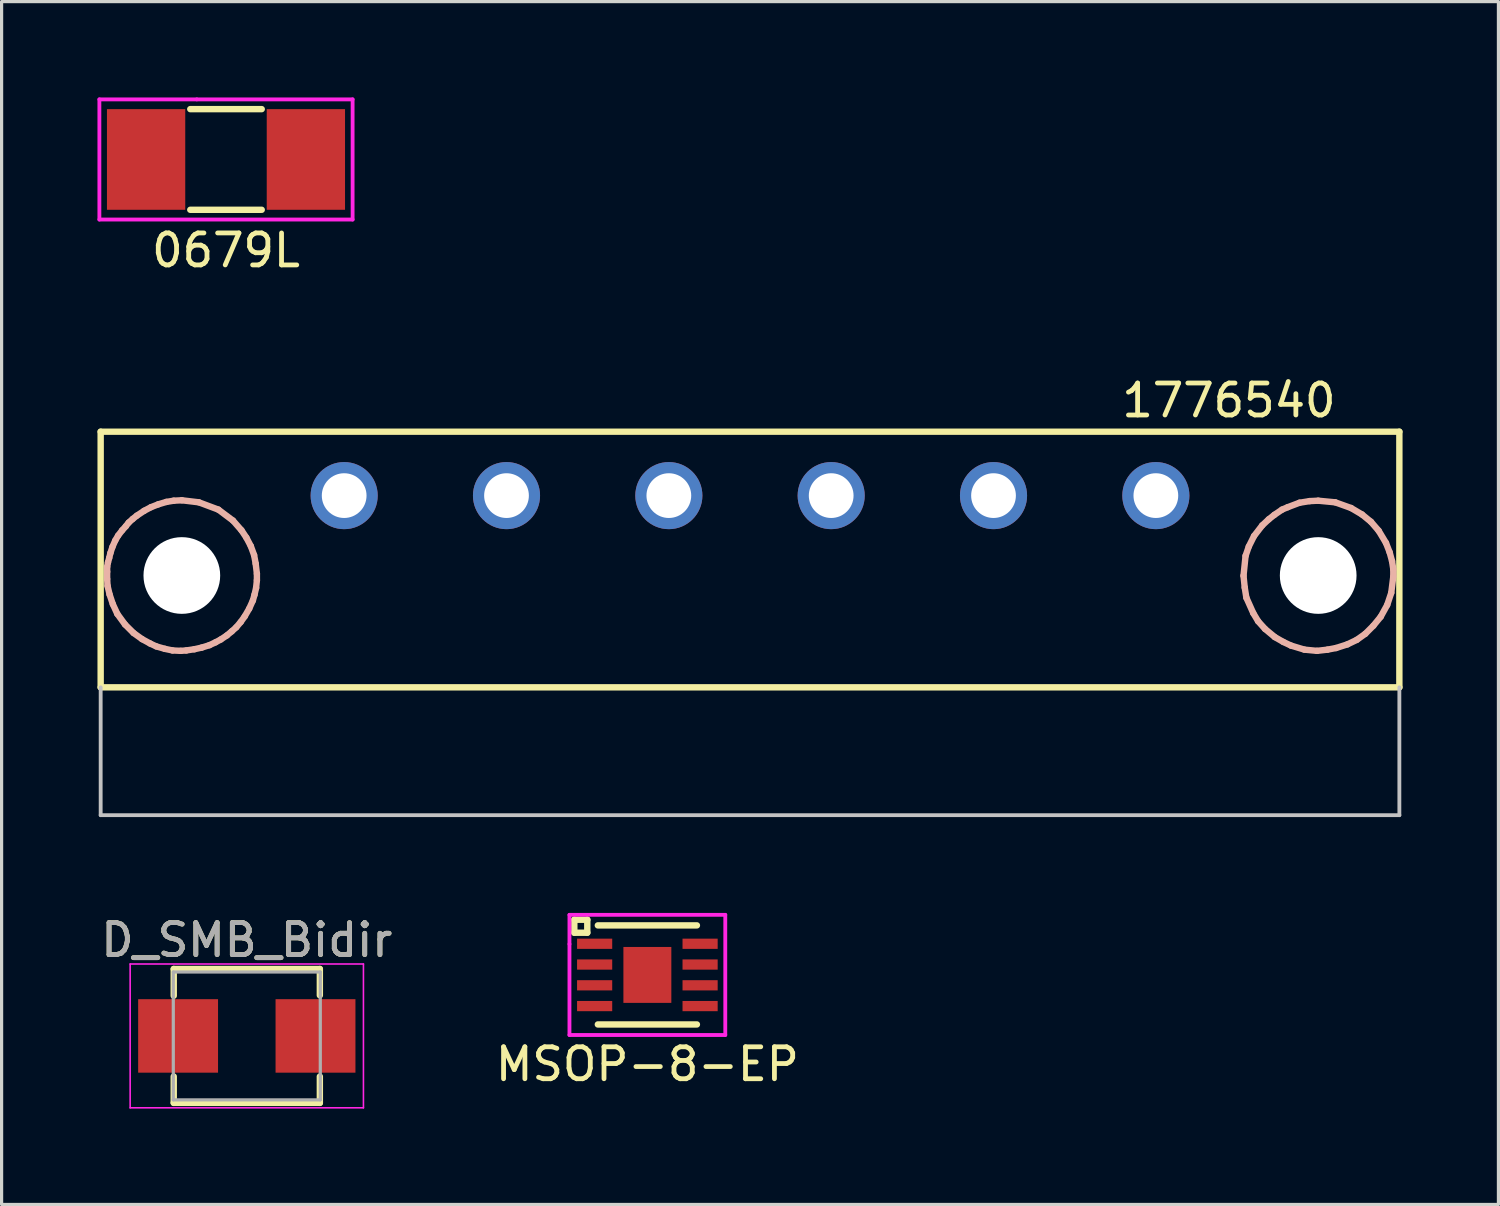
<source format=kicad_pcb>
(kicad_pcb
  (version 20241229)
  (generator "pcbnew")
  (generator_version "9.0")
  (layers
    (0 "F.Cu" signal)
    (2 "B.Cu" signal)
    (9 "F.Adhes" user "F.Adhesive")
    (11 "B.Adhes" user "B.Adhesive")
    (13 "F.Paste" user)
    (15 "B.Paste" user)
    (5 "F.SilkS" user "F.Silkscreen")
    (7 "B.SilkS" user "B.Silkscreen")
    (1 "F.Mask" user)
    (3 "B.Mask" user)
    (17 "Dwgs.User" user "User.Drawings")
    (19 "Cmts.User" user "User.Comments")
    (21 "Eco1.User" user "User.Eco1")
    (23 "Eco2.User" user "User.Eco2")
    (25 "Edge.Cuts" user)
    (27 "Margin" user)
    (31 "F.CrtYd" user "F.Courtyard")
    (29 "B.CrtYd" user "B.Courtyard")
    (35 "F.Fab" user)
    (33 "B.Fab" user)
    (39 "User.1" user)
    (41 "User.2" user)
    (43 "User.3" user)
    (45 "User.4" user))
  (footprint "MSOP-8-EP"
    (layer "F.Cu")
    (at 17.208 27.458)
    (property "Reference" "MSOP-8-EP" (at 0 2.794 0) (layer "F.SilkS") (effects (font (size 1 1) (thickness 0.15))))
    (attr through_hole)
    (fp_line (start -2.286 -1.727) (end -1.88 -1.727) (stroke (width 0.2) (type solid)) (layer "F.SilkS"))
    (fp_line (start -2.286 -1.321) (end -2.286 -1.727) (stroke (width 0.2) (type solid)) (layer "F.SilkS"))
    (fp_line (start -1.88 -1.727) (end -1.88 -1.321) (stroke (width 0.2) (type solid)) (layer "F.SilkS"))
    (fp_line (start -1.88 -1.321) (end -2.286 -1.321) (stroke (width 0.2) (type solid)) (layer "F.SilkS"))
    (fp_line (start -1.55 -1.55) (end 1.55 -1.55) (stroke (width 0.2) (type solid)) (layer "F.SilkS"))
    (fp_line (start -1.55 1.55) (end 1.55 1.55) (stroke (width 0.2) (type solid)) (layer "F.SilkS"))
    (fp_line (start -2.438 -1.88) (end 2.438 -1.88) (stroke (width 0.12) (type solid)) (layer "F.CrtYd"))
    (fp_line (start -2.438 -0.965) (end -2.438 -1.88) (stroke (width 0.12) (type solid)) (layer "F.CrtYd"))
    (fp_line (start -2.438 1.88) (end -2.438 -0.965) (stroke (width 0.12) (type solid)) (layer "F.CrtYd"))
    (fp_line (start 2.438 -1.88) (end 2.438 1.88) (stroke (width 0.12) (type solid)) (layer "F.CrtYd"))
    (fp_line (start 2.438 1.88) (end -2.438 1.88) (stroke (width 0.12) (type solid)) (layer "F.CrtYd"))
    (pad "1" smd rect (at -1.65 -0.975) (size 1.1 0.32) (layers "F.Cu" "F.Mask" "F.Paste"))
    (pad "2" smd rect (at -1.65 -0.325) (size 1.1 0.32) (layers "F.Cu" "F.Mask" "F.Paste"))
    (pad "3" smd rect (at -1.65 0.325) (size 1.1 0.32) (layers "F.Cu" "F.Mask" "F.Paste"))
    (pad "4" smd rect (at -1.65 0.975) (size 1.1 0.32) (layers "F.Cu" "F.Mask" "F.Paste"))
    (pad "5" smd rect (at 1.65 0.975) (size 1.1 0.32) (layers "F.Cu" "F.Mask" "F.Paste"))
    (pad "6" smd rect (at 1.65 0.325) (size 1.1 0.32) (layers "F.Cu" "F.Mask" "F.Paste"))
    (pad "7" smd rect (at 1.65 -0.325) (size 1.1 0.32) (layers "F.Cu" "F.Mask" "F.Paste"))
    (pad "8" smd rect (at 1.65 -0.975) (size 1.1 0.32) (layers "F.Cu" "F.Mask" "F.Paste"))
    (pad "9" smd rect (at 0 0) (size 1.5 1.75) (layers "F.Cu" "F.Mask" "F.Paste")))
  (footprint "1776540"
    (layer "F.Cu")
    (at 20.42 10.459)
    (property "Reference" "1776540" (at 14.986 -0.978 0) (layer "F.SilkS") (effects (font (size 1 1) (thickness 0.15))))
    (attr through_hole)
    (fp_line (start -20.32 0) (end -20.32 8) (stroke (width 0.2) (type solid)) (layer "F.SilkS"))
    (fp_line (start -20.32 0) (end 20.32 0) (stroke (width 0.2) (type solid)) (layer "F.SilkS"))
    (fp_line (start -20.32 8) (end 20.32 8) (stroke (width 0.2) (type solid)) (layer "F.SilkS"))
    (fp_line (start 20.32 0) (end 20.32 8) (stroke (width 0.2) (type solid)) (layer "F.SilkS"))
    (fp_line (start -20.117 4.229) (end -20.091 4.089) (stroke (width 0.2) (type solid)) (layer "B.SilkS"))
    (fp_line (start -20.117 4.381) (end -20.117 4.229) (stroke (width 0.2) (type solid)) (layer "B.SilkS"))
    (fp_line (start -20.117 4.61) (end -20.117 4.381) (stroke (width 0.2) (type solid)) (layer "B.SilkS"))
    (fp_line (start -20.104 4.826) (end -20.117 4.61) (stroke (width 0.2) (type solid)) (layer "B.SilkS"))
    (fp_line (start -20.091 4.089) (end -20.053 3.95) (stroke (width 0.2) (type solid)) (layer "B.SilkS"))
    (fp_line (start -20.053 3.95) (end -20.015 3.797) (stroke (width 0.2) (type solid)) (layer "B.SilkS"))
    (fp_line (start -20.041 5.093) (end -20.104 4.826) (stroke (width 0.2) (type solid)) (layer "B.SilkS"))
    (fp_line (start -20.015 3.797) (end -19.952 3.607) (stroke (width 0.2) (type solid)) (layer "B.SilkS"))
    (fp_line (start -19.952 3.607) (end -19.863 3.404) (stroke (width 0.2) (type solid)) (layer "B.SilkS"))
    (fp_line (start -19.939 5.397) (end -20.041 5.093) (stroke (width 0.2) (type solid)) (layer "B.SilkS"))
    (fp_line (start -19.863 3.404) (end -19.774 3.251) (stroke (width 0.2) (type solid)) (layer "B.SilkS"))
    (fp_line (start -19.799 5.702) (end -19.939 5.397) (stroke (width 0.2) (type solid)) (layer "B.SilkS"))
    (fp_line (start -19.774 3.251) (end -19.647 3.086) (stroke (width 0.2) (type solid)) (layer "B.SilkS"))
    (fp_line (start -19.647 3.086) (end -19.533 2.959) (stroke (width 0.2) (type solid)) (layer "B.SilkS"))
    (fp_line (start -19.558 6.032) (end -19.799 5.702) (stroke (width 0.2) (type solid)) (layer "B.SilkS"))
    (fp_line (start -19.533 2.959) (end -19.444 2.845) (stroke (width 0.2) (type solid)) (layer "B.SilkS"))
    (fp_line (start -19.444 2.845) (end -19.317 2.731) (stroke (width 0.2) (type solid)) (layer "B.SilkS"))
    (fp_line (start -19.317 2.731) (end -19.19 2.629) (stroke (width 0.2) (type solid)) (layer "B.SilkS"))
    (fp_line (start -19.291 6.299) (end -19.558 6.032) (stroke (width 0.2) (type solid)) (layer "B.SilkS"))
    (fp_line (start -19.19 2.629) (end -18.961 2.477) (stroke (width 0.2) (type solid)) (layer "B.SilkS"))
    (fp_line (start -19.025 6.49) (end -19.291 6.299) (stroke (width 0.2) (type solid)) (layer "B.SilkS"))
    (fp_line (start -18.961 2.477) (end -18.745 2.362) (stroke (width 0.2) (type solid)) (layer "B.SilkS"))
    (fp_line (start -18.771 6.629) (end -19.025 6.49) (stroke (width 0.2) (type solid)) (layer "B.SilkS"))
    (fp_line (start -18.745 2.362) (end -18.517 2.273) (stroke (width 0.2) (type solid)) (layer "B.SilkS"))
    (fp_line (start -18.58 6.718) (end -18.771 6.629) (stroke (width 0.2) (type solid)) (layer "B.SilkS"))
    (fp_line (start -18.517 2.273) (end -18.263 2.197) (stroke (width 0.2) (type solid)) (layer "B.SilkS"))
    (fp_line (start -18.313 6.795) (end -18.58 6.718) (stroke (width 0.2) (type solid)) (layer "B.SilkS"))
    (fp_line (start -18.263 2.197) (end -18.034 2.159) (stroke (width 0.2) (type solid)) (layer "B.SilkS"))
    (fp_line (start -18.072 6.845) (end -18.313 6.795) (stroke (width 0.2) (type solid)) (layer "B.SilkS"))
    (fp_line (start -18.034 2.159) (end -17.78 2.146) (stroke (width 0.2) (type solid)) (layer "B.SilkS"))
    (fp_line (start -17.818 6.858) (end -18.072 6.845) (stroke (width 0.2) (type solid)) (layer "B.SilkS"))
    (fp_line (start -17.78 2.146) (end -17.247 2.21) (stroke (width 0.2) (type solid)) (layer "B.SilkS"))
    (fp_line (start -17.64 6.845) (end -17.818 6.858) (stroke (width 0.2) (type solid)) (layer "B.SilkS"))
    (fp_line (start -17.386 6.807) (end -17.64 6.845) (stroke (width 0.2) (type solid)) (layer "B.SilkS"))
    (fp_line (start -17.247 2.21) (end -16.637 2.438) (stroke (width 0.2) (type solid)) (layer "B.SilkS"))
    (fp_line (start -17.158 6.756) (end -17.386 6.807) (stroke (width 0.2) (type solid)) (layer "B.SilkS"))
    (fp_line (start -16.916 6.68) (end -17.158 6.756) (stroke (width 0.2) (type solid)) (layer "B.SilkS"))
    (fp_line (start -16.726 6.591) (end -16.916 6.68) (stroke (width 0.2) (type solid)) (layer "B.SilkS"))
    (fp_line (start -16.637 2.438) (end -16.18 2.781) (stroke (width 0.2) (type solid)) (layer "B.SilkS"))
    (fp_line (start -16.561 6.502) (end -16.726 6.591) (stroke (width 0.2) (type solid)) (layer "B.SilkS"))
    (fp_line (start -16.37 6.375) (end -16.561 6.502) (stroke (width 0.2) (type solid)) (layer "B.SilkS"))
    (fp_line (start -16.218 6.248) (end -16.37 6.375) (stroke (width 0.2) (type solid)) (layer "B.SilkS"))
    (fp_line (start -16.18 2.781) (end -15.913 3.086) (stroke (width 0.2) (type solid)) (layer "B.SilkS"))
    (fp_line (start -16.078 6.121) (end -16.218 6.248) (stroke (width 0.2) (type solid)) (layer "B.SilkS"))
    (fp_line (start -15.938 5.956) (end -16.078 6.121) (stroke (width 0.2) (type solid)) (layer "B.SilkS"))
    (fp_line (start -15.913 3.086) (end -15.761 3.315) (stroke (width 0.2) (type solid)) (layer "B.SilkS"))
    (fp_line (start -15.812 5.779) (end -15.938 5.956) (stroke (width 0.2) (type solid)) (layer "B.SilkS"))
    (fp_line (start -15.761 3.315) (end -15.621 3.581) (stroke (width 0.2) (type solid)) (layer "B.SilkS"))
    (fp_line (start -15.672 5.537) (end -15.812 5.779) (stroke (width 0.2) (type solid)) (layer "B.SilkS"))
    (fp_line (start -15.621 3.581) (end -15.519 3.861) (stroke (width 0.2) (type solid)) (layer "B.SilkS"))
    (fp_line (start -15.557 5.283) (end -15.672 5.537) (stroke (width 0.2) (type solid)) (layer "B.SilkS"))
    (fp_line (start -15.519 3.861) (end -15.469 4.128) (stroke (width 0.2) (type solid)) (layer "B.SilkS"))
    (fp_line (start -15.507 5.105) (end -15.557 5.283) (stroke (width 0.2) (type solid)) (layer "B.SilkS"))
    (fp_line (start -15.469 4.128) (end -15.431 4.445) (stroke (width 0.2) (type solid)) (layer "B.SilkS"))
    (fp_line (start -15.456 4.889) (end -15.507 5.105) (stroke (width 0.2) (type solid)) (layer "B.SilkS"))
    (fp_line (start -15.431 4.445) (end -15.431 4.648) (stroke (width 0.2) (type solid)) (layer "B.SilkS"))
    (fp_line (start -15.431 4.648) (end -15.456 4.889) (stroke (width 0.2) (type solid)) (layer "B.SilkS"))
    (fp_line (start 15.443 4.508) (end 15.507 3.886) (stroke (width 0.2) (type solid)) (layer "B.SilkS"))
    (fp_line (start 15.481 4.877) (end 15.443 4.508) (stroke (width 0.2) (type solid)) (layer "B.SilkS"))
    (fp_line (start 15.507 3.886) (end 15.608 3.594) (stroke (width 0.2) (type solid)) (layer "B.SilkS"))
    (fp_line (start 15.532 5.194) (end 15.481 4.877) (stroke (width 0.2) (type solid)) (layer "B.SilkS"))
    (fp_line (start 15.608 3.594) (end 15.773 3.264) (stroke (width 0.2) (type solid)) (layer "B.SilkS"))
    (fp_line (start 15.748 5.677) (end 15.532 5.194) (stroke (width 0.2) (type solid)) (layer "B.SilkS"))
    (fp_line (start 15.773 3.264) (end 16.027 2.934) (stroke (width 0.2) (type solid)) (layer "B.SilkS"))
    (fp_line (start 15.9 5.931) (end 15.748 5.677) (stroke (width 0.2) (type solid)) (layer "B.SilkS"))
    (fp_line (start 16.027 2.934) (end 16.231 2.743) (stroke (width 0.2) (type solid)) (layer "B.SilkS"))
    (fp_line (start 16.116 6.172) (end 15.9 5.931) (stroke (width 0.2) (type solid)) (layer "B.SilkS"))
    (fp_line (start 16.231 2.743) (end 16.408 2.603) (stroke (width 0.2) (type solid)) (layer "B.SilkS"))
    (fp_line (start 16.408 2.603) (end 16.65 2.438) (stroke (width 0.2) (type solid)) (layer "B.SilkS"))
    (fp_line (start 16.421 6.426) (end 16.116 6.172) (stroke (width 0.2) (type solid)) (layer "B.SilkS"))
    (fp_line (start 16.65 2.438) (end 16.828 2.362) (stroke (width 0.2) (type solid)) (layer "B.SilkS"))
    (fp_line (start 16.688 6.579) (end 16.421 6.426) (stroke (width 0.2) (type solid)) (layer "B.SilkS"))
    (fp_line (start 16.828 2.362) (end 17.196 2.223) (stroke (width 0.2) (type solid)) (layer "B.SilkS"))
    (fp_line (start 16.929 6.693) (end 16.688 6.579) (stroke (width 0.2) (type solid)) (layer "B.SilkS"))
    (fp_line (start 17.196 2.223) (end 17.513 2.172) (stroke (width 0.2) (type solid)) (layer "B.SilkS"))
    (fp_line (start 17.348 6.82) (end 16.929 6.693) (stroke (width 0.2) (type solid)) (layer "B.SilkS"))
    (fp_line (start 17.513 2.172) (end 17.78 2.159) (stroke (width 0.2) (type solid)) (layer "B.SilkS"))
    (fp_line (start 17.742 6.858) (end 17.348 6.82) (stroke (width 0.2) (type solid)) (layer "B.SilkS"))
    (fp_line (start 17.78 2.159) (end 18.313 2.21) (stroke (width 0.2) (type solid)) (layer "B.SilkS"))
    (fp_line (start 18.072 6.82) (end 17.742 6.858) (stroke (width 0.2) (type solid)) (layer "B.SilkS"))
    (fp_line (start 18.313 2.21) (end 18.809 2.388) (stroke (width 0.2) (type solid)) (layer "B.SilkS"))
    (fp_line (start 18.339 6.769) (end 18.072 6.82) (stroke (width 0.2) (type solid)) (layer "B.SilkS"))
    (fp_line (start 18.694 6.655) (end 18.339 6.769) (stroke (width 0.2) (type solid)) (layer "B.SilkS"))
    (fp_line (start 18.809 2.388) (end 19.152 2.591) (stroke (width 0.2) (type solid)) (layer "B.SilkS"))
    (fp_line (start 18.986 6.515) (end 18.694 6.655) (stroke (width 0.2) (type solid)) (layer "B.SilkS"))
    (fp_line (start 19.152 2.591) (end 19.431 2.819) (stroke (width 0.2) (type solid)) (layer "B.SilkS"))
    (fp_line (start 19.253 6.325) (end 18.986 6.515) (stroke (width 0.2) (type solid)) (layer "B.SilkS"))
    (fp_line (start 19.431 2.819) (end 19.672 3.099) (stroke (width 0.2) (type solid)) (layer "B.SilkS"))
    (fp_line (start 19.507 6.071) (end 19.253 6.325) (stroke (width 0.2) (type solid)) (layer "B.SilkS"))
    (fp_line (start 19.672 3.099) (end 19.901 3.48) (stroke (width 0.2) (type solid)) (layer "B.SilkS"))
    (fp_line (start 19.736 5.791) (end 19.507 6.071) (stroke (width 0.2) (type solid)) (layer "B.SilkS"))
    (fp_line (start 19.901 3.48) (end 20.015 3.772) (stroke (width 0.2) (type solid)) (layer "B.SilkS"))
    (fp_line (start 19.939 5.423) (end 19.736 5.791) (stroke (width 0.2) (type solid)) (layer "B.SilkS"))
    (fp_line (start 20.015 3.772) (end 20.091 4.051) (stroke (width 0.2) (type solid)) (layer "B.SilkS"))
    (fp_line (start 20.066 5.042) (end 19.939 5.423) (stroke (width 0.2) (type solid)) (layer "B.SilkS"))
    (fp_line (start 20.091 4.051) (end 20.13 4.305) (stroke (width 0.2) (type solid)) (layer "B.SilkS"))
    (fp_line (start 20.13 4.305) (end 20.13 4.534) (stroke (width 0.2) (type solid)) (layer "B.SilkS"))
    (fp_line (start 20.13 4.534) (end 20.066 5.042) (stroke (width 0.2) (type solid)) (layer "B.SilkS"))
    (fp_line (start -20.32 8) (end -20.32 12) (stroke (width 0.12) (type solid)) (layer "Dwgs.User"))
    (fp_line (start -20.32 12) (end 20.32 12) (stroke (width 0.12) (type solid)) (layer "Dwgs.User"))
    (fp_line (start 20.32 8) (end 20.32 12) (stroke (width 0.12) (type solid)) (layer "Dwgs.User"))
    (pad "" np_thru_hole circle (at -17.78 4.5) (size 2.4 2.4) (drill 2.4) (layers "*.Cu" "*.Mask"))
    (pad "" np_thru_hole circle (at 17.78 4.5) (size 2.4 2.4) (drill 2.4) (layers "*.Cu" "*.Mask"))
    (pad "1" thru_hole circle (at -12.7 2) (size 2.1 2.1) (drill 1.4) (layers "*.Cu" "*.Mask"))
    (pad "2" thru_hole circle (at -7.62 2) (size 2.1 2.1) (drill 1.4) (layers "*.Cu" "*.Mask"))
    (pad "3" thru_hole circle (at -2.54 2) (size 2.1 2.1) (drill 1.4) (layers "*.Cu" "*.Mask"))
    (pad "4" thru_hole circle (at 2.54 2) (size 2.1 2.1) (drill 1.4) (layers "*.Cu" "*.Mask"))
    (pad "5" thru_hole circle (at 7.62 2) (size 2.1 2.1) (drill 1.4) (layers "*.Cu" "*.Mask"))
    (pad "6" thru_hole circle (at 12.7 2) (size 2.1 2.1) (drill 1.4) (layers "*.Cu" "*.Mask")))
  (footprint "D_SMB_Bidir"
    (layer "F.Cu")
    (at 4.673 29.367)
    (property "Reference" "D_SMB_Bidir" (at 0 -3 0) (layer "F.SilkS") (effects (font (size 1 1) (thickness 0.15))))
    (attr smd)
    (fp_line (start -2.286 -2.095) (end -2.286 -1.257) (stroke (width 0.2) (type solid)) (layer "F.SilkS"))
    (fp_line (start -2.286 -2.095) (end 2.286 -2.095) (stroke (width 0.2) (type solid)) (layer "F.SilkS"))
    (fp_line (start -2.286 2.095) (end -2.286 1.27) (stroke (width 0.2) (type solid)) (layer "F.SilkS"))
    (fp_line (start -2.286 2.095) (end 2.286 2.095) (stroke (width 0.2) (type solid)) (layer "F.SilkS"))
    (fp_line (start 2.286 -2.095) (end 2.286 -1.27) (stroke (width 0.2) (type solid)) (layer "F.SilkS"))
    (fp_line (start 2.286 2.095) (end 2.286 1.27) (stroke (width 0.2) (type solid)) (layer "F.SilkS"))
    (fp_line (start -3.65 -2.25) (end 3.65 -2.25) (stroke (width 0.05) (type solid)) (layer "F.CrtYd"))
    (fp_line (start -3.65 2.25) (end -3.65 -2.25) (stroke (width 0.05) (type solid)) (layer "F.CrtYd"))
    (fp_line (start 3.65 -2.25) (end 3.65 2.25) (stroke (width 0.05) (type solid)) (layer "F.CrtYd"))
    (fp_line (start 3.65 2.25) (end -3.65 2.25) (stroke (width 0.05) (type solid)) (layer "F.CrtYd"))
    (fp_line (start -2.3 2) (end -2.3 -2) (stroke (width 0.1) (type solid)) (layer "F.Fab"))
    (fp_line (start 2.3 -2) (end -2.3 -2) (stroke (width 0.1) (type solid)) (layer "F.Fab"))
    (fp_line (start 2.3 -2) (end 2.3 2) (stroke (width 0.1) (type solid)) (layer "F.Fab"))
    (fp_line (start 2.3 2) (end -2.3 2) (stroke (width 0.1) (type solid)) (layer "F.Fab"))
    (fp_text user "${REFERENCE}" (at 0 -3 0) (layer "F.Fab") (effects (font (size 1 1) (thickness 0.15))))
    (pad "1" smd rect (at -2.15 0) (size 2.5 2.3) (layers "F.Cu" "F.Mask" "F.Paste"))
    (pad "2" smd rect (at 2.15 0) (size 2.5 2.3) (layers "F.Cu" "F.Mask" "F.Paste")))
  (footprint "0679L"
    (layer "F.Cu")
    (at 4.022 1.94)
    (property "Reference" "0679L" (at 0 2.845 0) (layer "F.SilkS") (effects (font (size 1 1) (thickness 0.15))))
    (attr through_hole)
    (fp_line (start -1.118 -1.575) (end 1.118 -1.575) (stroke (width 0.2) (type solid)) (layer "F.SilkS"))
    (fp_line (start -1.118 1.575) (end 1.118 1.575) (stroke (width 0.2) (type solid)) (layer "F.SilkS"))
    (fp_line (start -3.962 -1.88) (end -3.962 1.88) (stroke (width 0.12) (type solid)) (layer "F.CrtYd"))
    (fp_line (start -3.962 1.88) (end 3.962 1.88) (stroke (width 0.12) (type solid)) (layer "F.CrtYd"))
    (fp_line (start -0.914 -1.88) (end -3.962 -1.88) (stroke (width 0.12) (type solid)) (layer "F.CrtYd"))
    (fp_line (start 3.962 -1.88) (end -0.914 -1.88) (stroke (width 0.12) (type solid)) (layer "F.CrtYd"))
    (fp_line (start 3.962 1.88) (end 3.962 -1.88) (stroke (width 0.12) (type solid)) (layer "F.CrtYd"))
    (pad "1" smd rect (at -2.5 0) (size 2.45 3.15) (layers "F.Cu" "F.Mask" "F.Paste"))
    (pad "2" smd rect (at 2.5 0) (size 2.45 3.15) (layers "F.Cu" "F.Mask" "F.Paste")))
  (gr_rect
    (start -3 -3)
    (end 43.84 34.642)
    (stroke (width 0.1) (type default))
    (fill no)
    (layer "Edge.Cuts")))
</source>
